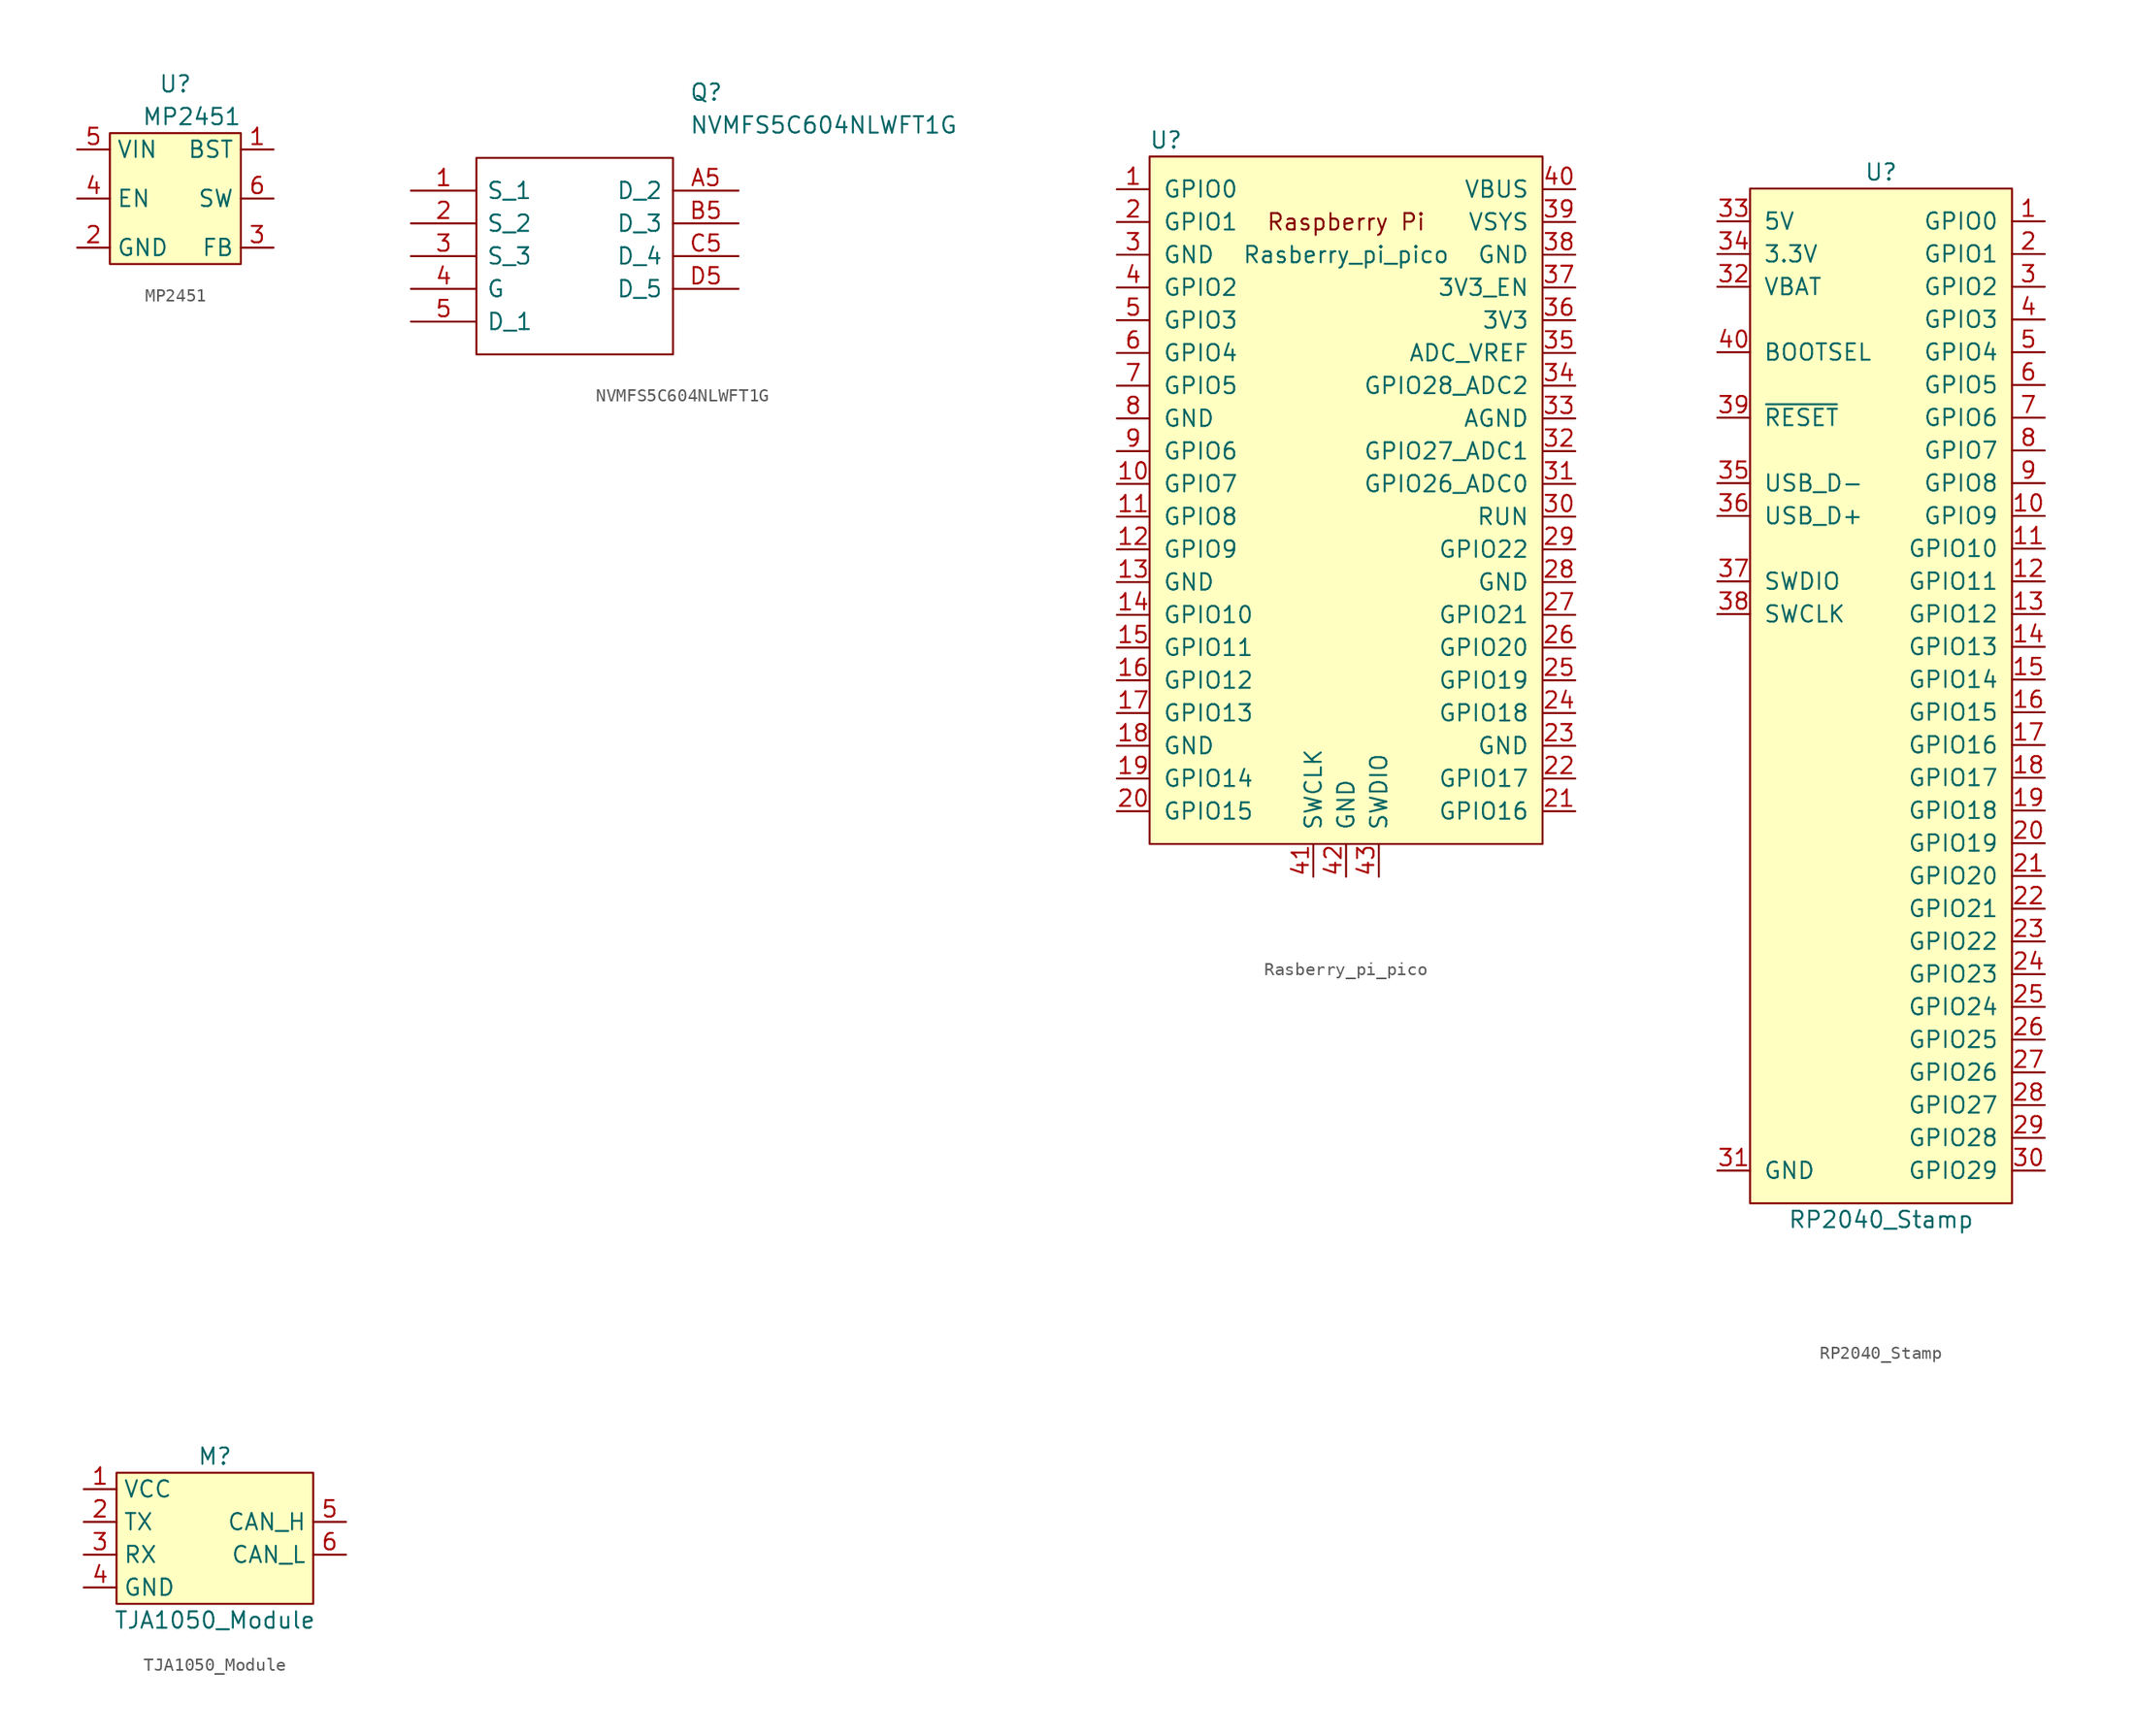
<source format=kicad_sym>
(kicad_symbol_lib
  (version 20211014)
  (generator kicad_symbol_editor)
  (symbol "MP2451"
    (property "Reference" "U"
      (at 0 8.89 0)
      (effects (font (size 1.27 1.27))))
    (property "Value" "MP2451"
      (at 1.27 6.35 0)
      (effects (font (size 1.27 1.27))))
    (symbol "MP2451_0_1"
      (rectangle (start -5.08 5.08) (end 5.08 -5.08) (stroke (width 0) (type default) (color 0 0 0 0)) (fill (type background))))
    (symbol "MP2451_1_1"
      (pin passive line (at 7.62 3.81 180) (length 2.54) (name "BST" (effects (font (size 1.27 1.27)))) (number "1" (effects (font (size 1.27 1.27)))))
      (pin passive line (at -7.62 -3.81 0) (length 2.54) (name "GND" (effects (font (size 1.27 1.27)))) (number "2" (effects (font (size 1.27 1.27)))))
      (pin passive line (at 7.62 -3.81 180) (length 2.54) (name "FB" (effects (font (size 1.27 1.27)))) (number "3" (effects (font (size 1.27 1.27)))))
      (pin passive line (at -7.62 0 0) (length 2.54) (name "EN" (effects (font (size 1.27 1.27)))) (number "4" (effects (font (size 1.27 1.27)))))
      (pin passive line (at -7.62 3.81 0) (length 2.54) (name "VIN" (effects (font (size 1.27 1.27)))) (number "5" (effects (font (size 1.27 1.27)))))
      (pin passive line (at 7.62 0 180) (length 2.54) (name "SW" (effects (font (size 1.27 1.27)))) (number "6" (effects (font (size 1.27 1.27)))))))
  (symbol "NVMFS5C604NLWFT1G"
    (pin_names
      (offset 0.762))
    (property "Reference" "Q"
      (at 21.59 7.62 0)
      (effects (font (size 1.27 1.27)) (justify left)))
    (property "Value" "NVMFS5C604NLWFT1G"
      (at 21.59 5.08 0)
      (effects (font (size 1.27 1.27)) (justify left)))
    (symbol "NVMFS5C604NLWFT1G_0_0"
      (pin passive line (at 0 0 0) (length 5.08) (name "S_1" (effects (font (size 1.27 1.27)))) (number "1" (effects (font (size 1.27 1.27)))))
      (pin passive line (at 0 -2.54 0) (length 5.08) (name "S_2" (effects (font (size 1.27 1.27)))) (number "2" (effects (font (size 1.27 1.27)))))
      (pin passive line (at 0 -5.08 0) (length 5.08) (name "S_3" (effects (font (size 1.27 1.27)))) (number "3" (effects (font (size 1.27 1.27)))))
      (pin passive line (at 0 -7.62 0) (length 5.08) (name "G" (effects (font (size 1.27 1.27)))) (number "4" (effects (font (size 1.27 1.27)))))
      (pin passive line (at 0 -10.16 0) (length 5.08) (name "D_1" (effects (font (size 1.27 1.27)))) (number "5" (effects (font (size 1.27 1.27)))))
      (pin passive line (at 25.4 0 180) (length 5.08) (name "D_2" (effects (font (size 1.27 1.27)))) (number "A5" (effects (font (size 1.27 1.27)))))
      (pin passive line (at 25.4 -2.54 180) (length 5.08) (name "D_3" (effects (font (size 1.27 1.27)))) (number "B5" (effects (font (size 1.27 1.27)))))
      (pin passive line (at 25.4 -5.08 180) (length 5.08) (name "D_4" (effects (font (size 1.27 1.27)))) (number "C5" (effects (font (size 1.27 1.27)))))
      (pin passive line (at 25.4 -7.62 180) (length 5.08) (name "D_5" (effects (font (size 1.27 1.27)))) (number "D5" (effects (font (size 1.27 1.27))))))
    (symbol "NVMFS5C604NLWFT1G_0_1"
      (polyline (pts (xy 5.08 2.54) (xy 20.32 2.54) (xy 20.32 -12.7) (xy 5.08 -12.7) (xy 5.08 2.54)) (stroke (width 0.152) (type default) (color 0 0 0 0)) (fill (type none)))))
  (symbol "Rasberry_pi_pico"
    (pin_names
      (offset 1.016))
    (property "Reference" "U"
      (at -13.97 27.94 0)
      (effects (font (size 1.27 1.27))))
    (property "Value" "Rasberry_pi_pico"
      (at 0 19.05 0)
      (effects (font (size 1.27 1.27))))
    (symbol "Rasberry_pi_pico_0_0"
      (text "Raspberry Pi" (at 0 21.59 0) (effects (font (size 1.27 1.27)))))
    (symbol "Rasberry_pi_pico_0_1"
      (rectangle (start -15.24 26.67) (end 15.24 -26.67) (stroke (width 0) (type default) (color 0 0 0 0)) (fill (type background))))
    (symbol "Rasberry_pi_pico_1_1"
      (pin bidirectional line (at -17.78 24.13 0) (length 2.54) (name "GPIO0" (effects (font (size 1.27 1.27)))) (number "1" (effects (font (size 1.27 1.27)))))
      (pin bidirectional line (at -17.78 1.27 0) (length 2.54) (name "GPIO7" (effects (font (size 1.27 1.27)))) (number "10" (effects (font (size 1.27 1.27)))))
      (pin bidirectional line (at -17.78 -1.27 0) (length 2.54) (name "GPIO8" (effects (font (size 1.27 1.27)))) (number "11" (effects (font (size 1.27 1.27)))))
      (pin bidirectional line (at -17.78 -3.81 0) (length 2.54) (name "GPIO9" (effects (font (size 1.27 1.27)))) (number "12" (effects (font (size 1.27 1.27)))))
      (pin power_in line (at -17.78 -6.35 0) (length 2.54) (name "GND" (effects (font (size 1.27 1.27)))) (number "13" (effects (font (size 1.27 1.27)))))
      (pin bidirectional line (at -17.78 -8.89 0) (length 2.54) (name "GPIO10" (effects (font (size 1.27 1.27)))) (number "14" (effects (font (size 1.27 1.27)))))
      (pin bidirectional line (at -17.78 -11.43 0) (length 2.54) (name "GPIO11" (effects (font (size 1.27 1.27)))) (number "15" (effects (font (size 1.27 1.27)))))
      (pin bidirectional line (at -17.78 -13.97 0) (length 2.54) (name "GPIO12" (effects (font (size 1.27 1.27)))) (number "16" (effects (font (size 1.27 1.27)))))
      (pin bidirectional line (at -17.78 -16.51 0) (length 2.54) (name "GPIO13" (effects (font (size 1.27 1.27)))) (number "17" (effects (font (size 1.27 1.27)))))
      (pin power_in line (at -17.78 -19.05 0) (length 2.54) (name "GND" (effects (font (size 1.27 1.27)))) (number "18" (effects (font (size 1.27 1.27)))))
      (pin bidirectional line (at -17.78 -21.59 0) (length 2.54) (name "GPIO14" (effects (font (size 1.27 1.27)))) (number "19" (effects (font (size 1.27 1.27)))))
      (pin bidirectional line (at -17.78 21.59 0) (length 2.54) (name "GPIO1" (effects (font (size 1.27 1.27)))) (number "2" (effects (font (size 1.27 1.27)))))
      (pin bidirectional line (at -17.78 -24.13 0) (length 2.54) (name "GPIO15" (effects (font (size 1.27 1.27)))) (number "20" (effects (font (size 1.27 1.27)))))
      (pin bidirectional line (at 17.78 -24.13 180) (length 2.54) (name "GPIO16" (effects (font (size 1.27 1.27)))) (number "21" (effects (font (size 1.27 1.27)))))
      (pin bidirectional line (at 17.78 -21.59 180) (length 2.54) (name "GPIO17" (effects (font (size 1.27 1.27)))) (number "22" (effects (font (size 1.27 1.27)))))
      (pin power_in line (at 17.78 -19.05 180) (length 2.54) (name "GND" (effects (font (size 1.27 1.27)))) (number "23" (effects (font (size 1.27 1.27)))))
      (pin bidirectional line (at 17.78 -16.51 180) (length 2.54) (name "GPIO18" (effects (font (size 1.27 1.27)))) (number "24" (effects (font (size 1.27 1.27)))))
      (pin bidirectional line (at 17.78 -13.97 180) (length 2.54) (name "GPIO19" (effects (font (size 1.27 1.27)))) (number "25" (effects (font (size 1.27 1.27)))))
      (pin bidirectional line (at 17.78 -11.43 180) (length 2.54) (name "GPIO20" (effects (font (size 1.27 1.27)))) (number "26" (effects (font (size 1.27 1.27)))))
      (pin bidirectional line (at 17.78 -8.89 180) (length 2.54) (name "GPIO21" (effects (font (size 1.27 1.27)))) (number "27" (effects (font (size 1.27 1.27)))))
      (pin power_in line (at 17.78 -6.35 180) (length 2.54) (name "GND" (effects (font (size 1.27 1.27)))) (number "28" (effects (font (size 1.27 1.27)))))
      (pin bidirectional line (at 17.78 -3.81 180) (length 2.54) (name "GPIO22" (effects (font (size 1.27 1.27)))) (number "29" (effects (font (size 1.27 1.27)))))
      (pin power_in line (at -17.78 19.05 0) (length 2.54) (name "GND" (effects (font (size 1.27 1.27)))) (number "3" (effects (font (size 1.27 1.27)))))
      (pin input line (at 17.78 -1.27 180) (length 2.54) (name "RUN" (effects (font (size 1.27 1.27)))) (number "30" (effects (font (size 1.27 1.27)))))
      (pin bidirectional line (at 17.78 1.27 180) (length 2.54) (name "GPIO26_ADC0" (effects (font (size 1.27 1.27)))) (number "31" (effects (font (size 1.27 1.27)))))
      (pin bidirectional line (at 17.78 3.81 180) (length 2.54) (name "GPIO27_ADC1" (effects (font (size 1.27 1.27)))) (number "32" (effects (font (size 1.27 1.27)))))
      (pin power_in line (at 17.78 6.35 180) (length 2.54) (name "AGND" (effects (font (size 1.27 1.27)))) (number "33" (effects (font (size 1.27 1.27)))))
      (pin bidirectional line (at 17.78 8.89 180) (length 2.54) (name "GPIO28_ADC2" (effects (font (size 1.27 1.27)))) (number "34" (effects (font (size 1.27 1.27)))))
      (pin unspecified line (at 17.78 11.43 180) (length 2.54) (name "ADC_VREF" (effects (font (size 1.27 1.27)))) (number "35" (effects (font (size 1.27 1.27)))))
      (pin unspecified line (at 17.78 13.97 180) (length 2.54) (name "3V3" (effects (font (size 1.27 1.27)))) (number "36" (effects (font (size 1.27 1.27)))))
      (pin input line (at 17.78 16.51 180) (length 2.54) (name "3V3_EN" (effects (font (size 1.27 1.27)))) (number "37" (effects (font (size 1.27 1.27)))))
      (pin bidirectional line (at 17.78 19.05 180) (length 2.54) (name "GND" (effects (font (size 1.27 1.27)))) (number "38" (effects (font (size 1.27 1.27)))))
      (pin unspecified line (at 17.78 21.59 180) (length 2.54) (name "VSYS" (effects (font (size 1.27 1.27)))) (number "39" (effects (font (size 1.27 1.27)))))
      (pin bidirectional line (at -17.78 16.51 0) (length 2.54) (name "GPIO2" (effects (font (size 1.27 1.27)))) (number "4" (effects (font (size 1.27 1.27)))))
      (pin unspecified line (at 17.78 24.13 180) (length 2.54) (name "VBUS" (effects (font (size 1.27 1.27)))) (number "40" (effects (font (size 1.27 1.27)))))
      (pin input line (at -2.54 -29.21 90) (length 2.54) (name "SWCLK" (effects (font (size 1.27 1.27)))) (number "41" (effects (font (size 1.27 1.27)))))
      (pin power_in line (at 0 -29.21 90) (length 2.54) (name "GND" (effects (font (size 1.27 1.27)))) (number "42" (effects (font (size 1.27 1.27)))))
      (pin bidirectional line (at 2.54 -29.21 90) (length 2.54) (name "SWDIO" (effects (font (size 1.27 1.27)))) (number "43" (effects (font (size 1.27 1.27)))))
      (pin bidirectional line (at -17.78 13.97 0) (length 2.54) (name "GPIO3" (effects (font (size 1.27 1.27)))) (number "5" (effects (font (size 1.27 1.27)))))
      (pin bidirectional line (at -17.78 11.43 0) (length 2.54) (name "GPIO4" (effects (font (size 1.27 1.27)))) (number "6" (effects (font (size 1.27 1.27)))))
      (pin bidirectional line (at -17.78 8.89 0) (length 2.54) (name "GPIO5" (effects (font (size 1.27 1.27)))) (number "7" (effects (font (size 1.27 1.27)))))
      (pin power_in line (at -17.78 6.35 0) (length 2.54) (name "GND" (effects (font (size 1.27 1.27)))) (number "8" (effects (font (size 1.27 1.27)))))
      (pin bidirectional line (at -17.78 3.81 0) (length 2.54) (name "GPIO6" (effects (font (size 1.27 1.27)))) (number "9" (effects (font (size 1.27 1.27)))))))
  (symbol "RP2040_Stamp"
    (pin_names
      (offset 1.016))
    (property "Reference" "U"
      (at 0 43.18 0)
      (effects (font (size 1.27 1.27))))
    (property "Value" "RP2040_Stamp"
      (at 0 -38.1 0)
      (effects (font (size 1.27 1.27))))
    (symbol "RP2040_Stamp_0_0"
      (pin bidirectional line (at 12.7 39.37 180) (length 2.54) (name "GPIO0" (effects (font (size 1.27 1.27)))) (number "1" (effects (font (size 1.27 1.27)))))
      (pin bidirectional line (at 12.7 16.51 180) (length 2.54) (name "GPIO9" (effects (font (size 1.27 1.27)))) (number "10" (effects (font (size 1.27 1.27)))))
      (pin bidirectional line (at 12.7 13.97 180) (length 2.54) (name "GPIO10" (effects (font (size 1.27 1.27)))) (number "11" (effects (font (size 1.27 1.27)))))
      (pin bidirectional line (at 12.7 11.43 180) (length 2.54) (name "GPIO11" (effects (font (size 1.27 1.27)))) (number "12" (effects (font (size 1.27 1.27)))))
      (pin bidirectional line (at 12.7 8.89 180) (length 2.54) (name "GPIO12" (effects (font (size 1.27 1.27)))) (number "13" (effects (font (size 1.27 1.27)))))
      (pin bidirectional line (at 12.7 6.35 180) (length 2.54) (name "GPIO13" (effects (font (size 1.27 1.27)))) (number "14" (effects (font (size 1.27 1.27)))))
      (pin bidirectional line (at 12.7 3.81 180) (length 2.54) (name "GPIO14" (effects (font (size 1.27 1.27)))) (number "15" (effects (font (size 1.27 1.27)))))
      (pin bidirectional line (at 12.7 1.27 180) (length 2.54) (name "GPIO15" (effects (font (size 1.27 1.27)))) (number "16" (effects (font (size 1.27 1.27)))))
      (pin bidirectional line (at 12.7 -1.27 180) (length 2.54) (name "GPIO16" (effects (font (size 1.27 1.27)))) (number "17" (effects (font (size 1.27 1.27)))))
      (pin bidirectional line (at 12.7 -3.81 180) (length 2.54) (name "GPIO17" (effects (font (size 1.27 1.27)))) (number "18" (effects (font (size 1.27 1.27)))))
      (pin bidirectional line (at 12.7 -6.35 180) (length 2.54) (name "GPIO18" (effects (font (size 1.27 1.27)))) (number "19" (effects (font (size 1.27 1.27)))))
      (pin bidirectional line (at 12.7 36.83 180) (length 2.54) (name "GPIO1" (effects (font (size 1.27 1.27)))) (number "2" (effects (font (size 1.27 1.27)))))
      (pin bidirectional line (at 12.7 -8.89 180) (length 2.54) (name "GPIO19" (effects (font (size 1.27 1.27)))) (number "20" (effects (font (size 1.27 1.27)))))
      (pin bidirectional line (at 12.7 -11.43 180) (length 2.54) (name "GPIO20" (effects (font (size 1.27 1.27)))) (number "21" (effects (font (size 1.27 1.27)))))
      (pin bidirectional line (at 12.7 -13.97 180) (length 2.54) (name "GPIO21" (effects (font (size 1.27 1.27)))) (number "22" (effects (font (size 1.27 1.27)))))
      (pin bidirectional line (at 12.7 -16.51 180) (length 2.54) (name "GPIO22" (effects (font (size 1.27 1.27)))) (number "23" (effects (font (size 1.27 1.27)))))
      (pin bidirectional line (at 12.7 -19.05 180) (length 2.54) (name "GPIO23" (effects (font (size 1.27 1.27)))) (number "24" (effects (font (size 1.27 1.27)))))
      (pin bidirectional line (at 12.7 -21.59 180) (length 2.54) (name "GPIO24" (effects (font (size 1.27 1.27)))) (number "25" (effects (font (size 1.27 1.27)))))
      (pin bidirectional line (at 12.7 -24.13 180) (length 2.54) (name "GPIO25" (effects (font (size 1.27 1.27)))) (number "26" (effects (font (size 1.27 1.27)))))
      (pin bidirectional line (at 12.7 -26.67 180) (length 2.54) (name "GPIO26" (effects (font (size 1.27 1.27)))) (number "27" (effects (font (size 1.27 1.27)))))
      (pin bidirectional line (at 12.7 -29.21 180) (length 2.54) (name "GPIO27" (effects (font (size 1.27 1.27)))) (number "28" (effects (font (size 1.27 1.27)))))
      (pin bidirectional line (at 12.7 -31.75 180) (length 2.54) (name "GPIO28" (effects (font (size 1.27 1.27)))) (number "29" (effects (font (size 1.27 1.27)))))
      (pin bidirectional line (at 12.7 34.29 180) (length 2.54) (name "GPIO2" (effects (font (size 1.27 1.27)))) (number "3" (effects (font (size 1.27 1.27)))))
      (pin bidirectional line (at 12.7 -34.29 180) (length 2.54) (name "GPIO29" (effects (font (size 1.27 1.27)))) (number "30" (effects (font (size 1.27 1.27)))))
      (pin power_in line (at -12.7 -34.29 0) (length 2.54) (name "GND" (effects (font (size 1.27 1.27)))) (number "31" (effects (font (size 1.27 1.27)))))
      (pin power_in line (at -12.7 34.29 0) (length 2.54) (name "VBAT" (effects (font (size 1.27 1.27)))) (number "32" (effects (font (size 1.27 1.27)))))
      (pin power_in line (at -12.7 39.37 0) (length 2.54) (name "5V" (effects (font (size 1.27 1.27)))) (number "33" (effects (font (size 1.27 1.27)))))
      (pin power_out line (at -12.7 36.83 0) (length 2.54) (name "3.3V" (effects (font (size 1.27 1.27)))) (number "34" (effects (font (size 1.27 1.27)))))
      (pin bidirectional line (at -12.7 19.05 0) (length 2.54) (name "USB_D-" (effects (font (size 1.27 1.27)))) (number "35" (effects (font (size 1.27 1.27)))))
      (pin bidirectional line (at -12.7 16.51 0) (length 2.54) (name "USB_D+" (effects (font (size 1.27 1.27)))) (number "36" (effects (font (size 1.27 1.27)))))
      (pin bidirectional line (at -12.7 11.43 0) (length 2.54) (name "SWDIO" (effects (font (size 1.27 1.27)))) (number "37" (effects (font (size 1.27 1.27)))))
      (pin input line (at -12.7 8.89 0) (length 2.54) (name "SWCLK" (effects (font (size 1.27 1.27)))) (number "38" (effects (font (size 1.27 1.27)))))
      (pin bidirectional line (at -12.7 24.13 0) (length 2.54) (name "~{RESET}" (effects (font (size 1.27 1.27)))) (number "39" (effects (font (size 1.27 1.27)))))
      (pin bidirectional line (at 12.7 31.75 180) (length 2.54) (name "GPIO3" (effects (font (size 1.27 1.27)))) (number "4" (effects (font (size 1.27 1.27)))))
      (pin input line (at -12.7 29.21 0) (length 2.54) (name "BOOTSEL" (effects (font (size 1.27 1.27)))) (number "40" (effects (font (size 1.27 1.27)))))
      (pin bidirectional line (at 12.7 29.21 180) (length 2.54) (name "GPIO4" (effects (font (size 1.27 1.27)))) (number "5" (effects (font (size 1.27 1.27)))))
      (pin bidirectional line (at 12.7 26.67 180) (length 2.54) (name "GPIO5" (effects (font (size 1.27 1.27)))) (number "6" (effects (font (size 1.27 1.27)))))
      (pin bidirectional line (at 12.7 24.13 180) (length 2.54) (name "GPIO6" (effects (font (size 1.27 1.27)))) (number "7" (effects (font (size 1.27 1.27)))))
      (pin bidirectional line (at 12.7 21.59 180) (length 2.54) (name "GPIO7" (effects (font (size 1.27 1.27)))) (number "8" (effects (font (size 1.27 1.27)))))
      (pin bidirectional line (at 12.7 19.05 180) (length 2.54) (name "GPIO8" (effects (font (size 1.27 1.27)))) (number "9" (effects (font (size 1.27 1.27))))))
    (symbol "RP2040_Stamp_0_1"
      (rectangle (start -10.16 41.91) (end 10.16 -36.83) (stroke (width 0) (type default) (color 0 0 0 0)) (fill (type background)))))
  (symbol "TJA1050_Module"
    (property "Reference" "M"
      (at 0 7.62 0)
      (effects (font (size 1.27 1.27))))
    (property "Value" "TJA1050_Module"
      (at 0 -5.08 0)
      (effects (font (size 1.27 1.27))))
    (symbol "TJA1050_Module_0_0"
      (text "" (at 7.62 0 0) (effects (font (size 1.27 1.27)))))
    (symbol "TJA1050_Module_0_1"
      (rectangle (start -7.62 6.35) (end 7.62 -3.81) (stroke (width 0) (type default) (color 0 0 0 0)) (fill (type background))))
    (symbol "TJA1050_Module_1_1"
      (pin power_in line (at -10.16 5.08 0) (length 2.54) (name "VCC" (effects (font (size 1.27 1.27)))) (number "1" (effects (font (size 1.27 1.27)))))
      (pin bidirectional line (at -10.16 2.54 0) (length 2.54) (name "TX" (effects (font (size 1.27 1.27)))) (number "2" (effects (font (size 1.27 1.27)))))
      (pin bidirectional line (at -10.16 0 0) (length 2.54) (name "RX" (effects (font (size 1.27 1.27)))) (number "3" (effects (font (size 1.27 1.27)))))
      (pin power_in line (at -10.16 -2.54 0) (length 2.54) (name "GND" (effects (font (size 1.27 1.27)))) (number "4" (effects (font (size 1.27 1.27)))))
      (pin bidirectional line (at 10.16 2.54 180) (length 2.54) (name "CAN_H" (effects (font (size 1.27 1.27)))) (number "5" (effects (font (size 1.27 1.27)))))
      (pin bidirectional line (at 10.16 0 180) (length 2.54) (name "CAN_L" (effects (font (size 1.27 1.27)))) (number "6" (effects (font (size 1.27 1.27))))))))
</source>
